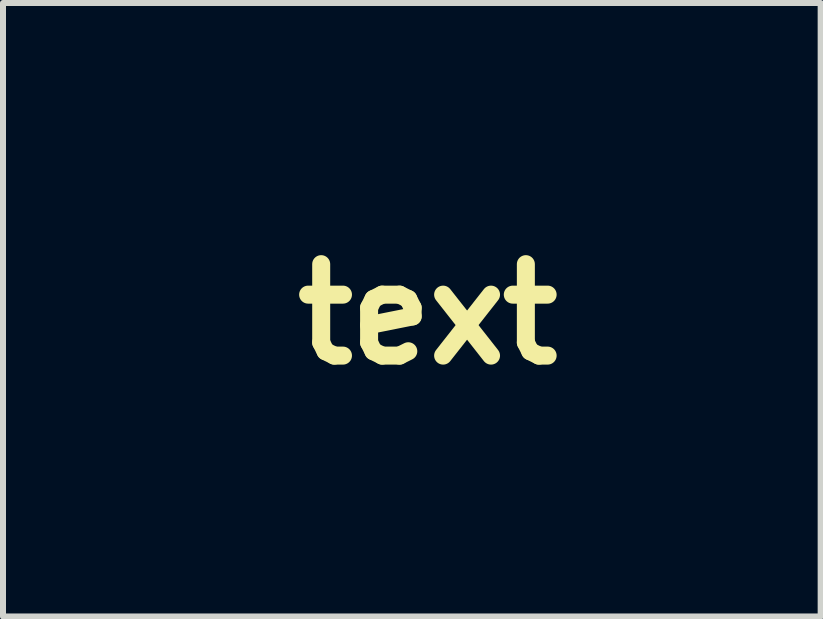
<source format=kicad_pcb>
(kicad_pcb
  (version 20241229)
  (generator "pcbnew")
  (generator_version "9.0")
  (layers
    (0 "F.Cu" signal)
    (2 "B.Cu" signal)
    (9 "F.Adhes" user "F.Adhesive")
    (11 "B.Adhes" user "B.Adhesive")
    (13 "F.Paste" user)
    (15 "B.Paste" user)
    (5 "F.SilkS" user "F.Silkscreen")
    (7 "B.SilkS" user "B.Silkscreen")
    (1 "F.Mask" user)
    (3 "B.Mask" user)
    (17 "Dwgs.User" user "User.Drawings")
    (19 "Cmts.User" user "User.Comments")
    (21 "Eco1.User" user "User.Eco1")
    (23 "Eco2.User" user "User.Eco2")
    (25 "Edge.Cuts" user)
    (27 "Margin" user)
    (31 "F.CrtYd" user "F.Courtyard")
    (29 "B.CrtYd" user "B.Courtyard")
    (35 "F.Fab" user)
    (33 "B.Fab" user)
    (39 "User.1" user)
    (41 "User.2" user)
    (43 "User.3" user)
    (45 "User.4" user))
  (footprint "text"
    (layer "F.Cu")
    (at 4.081 2.187)
    (property "Reference" "text" (at 0 0 0) (layer "F.SilkS") (effects (font (size 1.524 1.524) (thickness 0.3))))
    (attr board_only exclude_from_pos_files exclude_from_bom)
    (fp_poly (pts (xy -2.64 -1.282) (xy -2.647 -1.275) (xy -2.653 -1.282) (xy -2.647 -1.288)) (stroke (width 0) (type solid)) (fill yes) (layer "F.Mask"))
    (fp_poly (pts (xy -2.486 -1.346) (xy -2.492 -1.34) (xy -2.499 -1.346) (xy -2.492 -1.352)) (stroke (width 0) (type solid)) (fill yes) (layer "F.Mask"))
    (fp_poly (pts (xy -2.267 -1.243) (xy -2.273 -1.237) (xy -2.28 -1.243) (xy -2.273 -1.249)) (stroke (width 0) (type solid)) (fill yes) (layer "F.Mask"))
    (fp_poly (pts (xy -2.164 -1.359) (xy -2.17 -1.352) (xy -2.177 -1.359) (xy -2.17 -1.365)) (stroke (width 0) (type solid)) (fill yes) (layer "F.Mask"))
    (fp_poly (pts (xy -1.984 -0.2) (xy -1.99 -0.193) (xy -1.996 -0.2) (xy -1.99 -0.206)) (stroke (width 0) (type solid)) (fill yes) (layer "F.Mask"))
    (fp_poly (pts (xy -1.842 -0.058) (xy -1.848 -0.052) (xy -1.855 -0.058) (xy -1.848 -0.064)) (stroke (width 0) (type solid)) (fill yes) (layer "F.Mask"))
    (fp_poly (pts (xy -1.34 -0.869) (xy -1.346 -0.863) (xy -1.352 -0.869) (xy -1.346 -0.876)) (stroke (width 0) (type solid)) (fill yes) (layer "F.Mask"))
    (fp_poly (pts (xy -0.811 -0.934) (xy -0.818 -0.927) (xy -0.824 -0.934) (xy -0.818 -0.94)) (stroke (width 0) (type solid)) (fill yes) (layer "F.Mask"))
    (fp_poly (pts (xy -0.786 1.282) (xy -0.792 1.288) (xy -0.799 1.282) (xy -0.792 1.275)) (stroke (width 0) (type solid)) (fill yes) (layer "F.Mask"))
    (fp_poly (pts (xy -0.721 1.166) (xy -0.728 1.172) (xy -0.734 1.166) (xy -0.728 1.159)) (stroke (width 0) (type solid)) (fill yes) (layer "F.Mask"))
    (fp_poly (pts (xy -0.631 -0.135) (xy -0.638 -0.129) (xy -0.644 -0.135) (xy -0.638 -0.142)) (stroke (width 0) (type solid)) (fill yes) (layer "F.Mask"))
    (fp_poly (pts (xy -0.618 0.161) (xy -0.625 0.167) (xy -0.631 0.161) (xy -0.625 0.155)) (stroke (width 0) (type solid)) (fill yes) (layer "F.Mask"))
    (fp_poly (pts (xy -0.605 0.122) (xy -0.612 0.129) (xy -0.618 0.122) (xy -0.612 0.116)) (stroke (width 0) (type solid)) (fill yes) (layer "F.Mask"))
    (fp_poly (pts (xy -0.219 0.393) (xy -0.225 0.399) (xy -0.232 0.393) (xy -0.225 0.386)) (stroke (width 0) (type solid)) (fill yes) (layer "F.Mask"))
    (fp_poly (pts (xy -0.09 0.522) (xy -0.097 0.528) (xy -0.103 0.522) (xy -0.097 0.515)) (stroke (width 0) (type solid)) (fill yes) (layer "F.Mask"))
    (fp_poly (pts (xy -0.052 0.238) (xy -0.058 0.245) (xy -0.064 0.238) (xy -0.058 0.232)) (stroke (width 0) (type solid)) (fill yes) (layer "F.Mask"))
    (fp_poly (pts (xy 0.322 -1.346) (xy 0.316 -1.34) (xy 0.309 -1.346) (xy 0.316 -1.352)) (stroke (width 0) (type solid)) (fill yes) (layer "F.Mask"))
    (fp_poly (pts (xy 0.773 1.191) (xy 0.766 1.198) (xy 0.76 1.191) (xy 0.766 1.185)) (stroke (width 0) (type solid)) (fill yes) (layer "F.Mask"))
    (fp_poly (pts (xy 1.133 -0.393) (xy 1.127 -0.386) (xy 1.121 -0.393) (xy 1.127 -0.399)) (stroke (width 0) (type solid)) (fill yes) (layer "F.Mask"))
    (fp_poly (pts (xy 1.146 0.741) (xy 1.14 0.747) (xy 1.133 0.741) (xy 1.14 0.734)) (stroke (width 0) (type solid)) (fill yes) (layer "F.Mask"))
    (fp_poly (pts (xy 1.687 -0.431) (xy 1.681 -0.425) (xy 1.674 -0.431) (xy 1.681 -0.438)) (stroke (width 0) (type solid)) (fill yes) (layer "F.Mask"))
    (fp_poly (pts (xy 2.318 -0.96) (xy 2.312 -0.953) (xy 2.306 -0.96) (xy 2.312 -0.966)) (stroke (width 0) (type solid)) (fill yes) (layer "F.Mask"))
    (fp_poly (pts (xy 3.336 0.47) (xy 3.33 0.477) (xy 3.323 0.47) (xy 3.33 0.464)) (stroke (width 0) (type solid)) (fill yes) (layer "F.Mask"))
    (fp_poly (pts (xy 3.413 0.547) (xy 3.407 0.554) (xy 3.4 0.547) (xy 3.407 0.541)) (stroke (width 0) (type solid)) (fill yes) (layer "F.Mask"))
    (fp_poly (pts (xy -3.675 1.975) (xy -3.674 1.99) (xy -3.675 1.992) (xy -3.683 1.99) (xy -3.684 1.984) (xy -3.679 1.973)) (stroke (width 0) (type solid)) (fill yes) (layer "F.Mask"))
    (fp_poly (pts (xy -3.134 1.447) (xy -3.136 1.455) (xy -3.143 1.455) (xy -3.153 1.451) (xy -3.151 1.447) (xy -3.136 1.445)) (stroke (width 0) (type solid)) (fill yes) (layer "F.Mask"))
    (fp_poly (pts (xy -2.258 0.945) (xy -2.26 0.952) (xy -2.267 0.953) (xy -2.278 0.948) (xy -2.276 0.945) (xy -2.26 0.943)) (stroke (width 0) (type solid)) (fill yes) (layer "F.Mask"))
    (fp_poly (pts (xy -2.001 1.305) (xy -1.999 1.32) (xy -2.001 1.322) (xy -2.008 1.321) (xy -2.009 1.314) (xy -2.005 1.303)) (stroke (width 0) (type solid)) (fill yes) (layer "F.Mask"))
    (fp_poly (pts (xy -0.661 1.086) (xy -0.663 1.094) (xy -0.67 1.095) (xy -0.68 1.09) (xy -0.678 1.086) (xy -0.663 1.085)) (stroke (width 0) (type solid)) (fill yes) (layer "F.Mask"))
    (fp_poly (pts (xy -0.61 0.236) (xy -0.611 0.244) (xy -0.618 0.245) (xy -0.629 0.24) (xy -0.627 0.236) (xy -0.612 0.235)) (stroke (width 0) (type solid)) (fill yes) (layer "F.Mask"))
    (fp_poly (pts (xy -0.532 0.357) (xy -0.531 0.384) (xy -0.532 0.39) (xy -0.537 0.391) (xy -0.539 0.374) (xy -0.537 0.355)) (stroke (width 0) (type solid)) (fill yes) (layer "F.Mask"))
    (fp_poly (pts (xy -0.532 1.228) (xy -0.531 1.243) (xy -0.532 1.245) (xy -0.54 1.243) (xy -0.541 1.237) (xy -0.536 1.226)) (stroke (width 0) (type solid)) (fill yes) (layer "F.Mask"))
    (fp_poly (pts (xy 0.06 -0.137) (xy 0.062 -0.122) (xy 0.06 -0.12) (xy 0.052 -0.122) (xy 0.052 -0.129) (xy 0.056 -0.139)) (stroke (width 0) (type solid)) (fill yes) (layer "F.Mask"))
    (fp_poly (pts (xy 0.859 0.275) (xy 0.857 0.282) (xy 0.85 0.283) (xy 0.839 0.279) (xy 0.842 0.275) (xy 0.857 0.273)) (stroke (width 0) (type solid)) (fill yes) (layer "F.Mask"))
    (fp_poly (pts (xy 1.026 0.854) (xy 1.024 0.862) (xy 1.018 0.863) (xy 1.007 0.858) (xy 1.009 0.854) (xy 1.024 0.853)) (stroke (width 0) (type solid)) (fill yes) (layer "F.Mask"))
    (fp_poly (pts (xy 1.206 -2.185) (xy 1.205 -2.178) (xy 1.198 -2.177) (xy 1.187 -2.181) (xy 1.189 -2.185) (xy 1.205 -2.187)) (stroke (width 0) (type solid)) (fill yes) (layer "F.Mask"))
    (fp_poly (pts (xy 1.747 -1.309) (xy 1.749 -1.294) (xy 1.747 -1.292) (xy 1.74 -1.294) (xy 1.739 -1.301) (xy 1.744 -1.312)) (stroke (width 0) (type solid)) (fill yes) (layer "F.Mask"))
    (fp_poly (pts (xy 2.83 -1.721) (xy 2.826 -1.715) (xy 2.813 -1.714) (xy 2.8 -1.717) (xy 2.805 -1.722) (xy 2.826 -1.723)) (stroke (width 0) (type solid)) (fill yes) (layer "F.Mask"))
    (fp_poly (pts (xy -3.557 -0.446) (xy -3.543 -0.433) (xy -3.546 -0.425) (xy -3.548 -0.425) (xy -3.559 -0.434) (xy -3.563 -0.44) (xy -3.564 -0.449)) (stroke (width 0) (type solid)) (fill yes) (layer "F.Mask"))
    (fp_poly (pts (xy -2.592 -0.994) (xy -2.589 -0.985) (xy -2.597 -0.968) (xy -2.613 -0.97) (xy -2.62 -0.978) (xy -2.617 -0.991) (xy -2.608 -0.996)) (stroke (width 0) (type solid)) (fill yes) (layer "F.Mask"))
    (fp_poly (pts (xy -1.779 1.535) (xy -1.78 1.547) (xy -1.787 1.557) (xy -1.796 1.547) (xy -1.8 1.528) (xy -1.798 1.523) (xy -1.785 1.521)) (stroke (width 0) (type solid)) (fill yes) (layer "F.Mask"))
    (fp_poly (pts (xy -1.714 0.209) (xy -1.716 0.221) (xy -1.723 0.23) (xy -1.731 0.221) (xy -1.736 0.202) (xy -1.734 0.197) (xy -1.721 0.195)) (stroke (width 0) (type solid)) (fill yes) (layer "F.Mask"))
    (fp_poly (pts (xy -0.994 0.19) (xy -0.992 0.199) (xy -0.996 0.217) (xy -1.007 0.212) (xy -1.011 0.207) (xy -1.009 0.19) (xy -1.005 0.187)) (stroke (width 0) (type solid)) (fill yes) (layer "F.Mask"))
    (fp_poly (pts (xy -0.579 -0.406) (xy -0.572 -0.39) (xy -0.574 -0.386) (xy -0.586 -0.374) (xy -0.592 -0.387) (xy -0.592 -0.394) (xy -0.586 -0.407)) (stroke (width 0) (type solid)) (fill yes) (layer "F.Mask"))
    (fp_poly (pts (xy 2.689 -0.779) (xy 2.702 -0.762) (xy 2.696 -0.749) (xy 2.687 -0.747) (xy 2.669 -0.757) (xy 2.666 -0.767) (xy 2.674 -0.782)) (stroke (width 0) (type solid)) (fill yes) (layer "F.Mask"))
    (fp_poly (pts (xy -2.95 0.122) (xy -2.937 0.134) (xy -2.937 0.136) (xy -2.947 0.142) (xy -2.95 0.142) (xy -2.962 0.132) (xy -2.962 0.128) (xy -2.955 0.12)) (stroke (width 0) (type solid)) (fill yes) (layer "F.Mask"))
    (fp_poly (pts (xy -2.529 -1.094) (xy -2.528 -1.091) (xy -2.527 -1.063) (xy -2.529 -1.053) (xy -2.533 -1.052) (xy -2.535 -1.072) (xy -2.535 -1.076) (xy -2.533 -1.095)) (stroke (width 0) (type solid)) (fill yes) (layer "F.Mask"))
    (fp_poly (pts (xy -2.282 -0.612) (xy -2.282 -0.605) (xy -2.299 -0.585) (xy -2.305 -0.582) (xy -2.317 -0.586) (xy -2.316 -0.593) (xy -2.3 -0.613) (xy -2.294 -0.616)) (stroke (width 0) (type solid)) (fill yes) (layer "F.Mask"))
    (fp_poly (pts (xy -1.005 0.522) (xy -0.992 0.533) (xy -0.992 0.535) (xy -1.002 0.541) (xy -1.005 0.541) (xy -1.017 0.531) (xy -1.018 0.527) (xy -1.01 0.52)) (stroke (width 0) (type solid)) (fill yes) (layer "F.Mask"))
    (fp_poly (pts (xy -0.635 0.33) (xy -0.638 0.335) (xy -0.65 0.347) (xy -0.652 0.348) (xy -0.653 0.339) (xy -0.65 0.335) (xy -0.638 0.323) (xy -0.636 0.322)) (stroke (width 0) (type solid)) (fill yes) (layer "F.Mask"))
    (fp_poly (pts (xy -0.59 -0.66) (xy -0.58 -0.643) (xy -0.582 -0.638) (xy -0.595 -0.638) (xy -0.597 -0.64) (xy -0.605 -0.66) (xy -0.605 -0.662) (xy -0.599 -0.666)) (stroke (width 0) (type solid)) (fill yes) (layer "F.Mask"))
    (fp_poly (pts (xy -0.507 0.523) (xy -0.509 0.528) (xy -0.52 0.54) (xy -0.522 0.541) (xy -0.528 0.531) (xy -0.528 0.528) (xy -0.518 0.516) (xy -0.514 0.515)) (stroke (width 0) (type solid)) (fill yes) (layer "F.Mask"))
    (fp_poly (pts (xy 0.125 0.601) (xy 0.122 0.605) (xy 0.11 0.618) (xy 0.108 0.618) (xy 0.107 0.61) (xy 0.109 0.605) (xy 0.122 0.593) (xy 0.124 0.592)) (stroke (width 0) (type solid)) (fill yes) (layer "F.Mask"))
    (fp_poly (pts (xy 0.862 0.821) (xy 0.863 0.824) (xy 0.859 0.837) (xy 0.857 0.837) (xy 0.846 0.828) (xy 0.844 0.824) (xy 0.845 0.812) (xy 0.849 0.811)) (stroke (width 0) (type solid)) (fill yes) (layer "F.Mask"))
    (fp_poly (pts (xy 3.361 -0.338) (xy 3.362 -0.335) (xy 3.352 -0.322) (xy 3.349 -0.322) (xy 3.336 -0.332) (xy 3.336 -0.335) (xy 3.346 -0.347) (xy 3.349 -0.348)) (stroke (width 0) (type solid)) (fill yes) (layer "F.Mask"))
    (fp_poly (pts (xy -0.562 -0.495) (xy -0.564 -0.482) (xy -0.574 -0.46) (xy -0.59 -0.451) (xy -0.603 -0.457) (xy -0.605 -0.47) (xy -0.595 -0.491) (xy -0.582 -0.501) (xy -0.565 -0.507)) (stroke (width 0) (type solid)) (fill yes) (layer "F.Mask"))
    (fp_poly (pts (xy -0.626 0.525) (xy -0.61 0.548) (xy -0.605 0.563) (xy -0.615 0.577) (xy -0.635 0.578) (xy -0.648 0.571) (xy -0.656 0.553) (xy -0.656 0.53) (xy -0.649 0.516) (xy -0.647 0.515)) (stroke (width 0) (type solid)) (fill yes) (layer "F.Mask"))
    (fp_poly (pts (xy -2.618 -1.14) (xy -2.611 -1.128) (xy -2.619 -1.117) (xy -2.641 -1.113) (xy -2.663 -1.117) (xy -2.678 -1.131) (xy -2.679 -1.136) (xy -2.672 -1.141) (xy -2.66 -1.133) (xy -2.644 -1.124) (xy -2.64 -1.133) (xy -2.633 -1.144)) (stroke (width 0) (type solid)) (fill yes) (layer "F.Mask"))
    (fp_poly (pts (xy -0.702 -0.999) (xy -0.669 -0.98) (xy -0.646 -0.945) (xy -0.64 -0.906) (xy -0.645 -0.885) (xy -0.653 -0.844) (xy -0.647 -0.789) (xy -0.642 -0.749) (xy -0.642 -0.721) (xy -0.645 -0.712) (xy -0.648 -0.696) (xy -0.648 -0.66) (xy -0.646 -0.609) (xy -0.642 -0.562) (xy -0.636 -0.494) (xy -0.634 -0.447) (xy -0.637 -0.415) (xy -0.644 -0.394) (xy -0.644 -0.392) (xy -0.654 -0.362) (xy -0.652 -0.341) (xy -0.649 -0.316) (xy -0.652 -0.307) (xy -0.656 -0.287) (xy -0.661 -0.247) (xy -0.665 -0.191) (xy -0.668 -0.124) (xy -0.671 -0.05) (xy -0.673 0.025) (xy -0.674 0.098) (xy -0.674 0.163) (xy -0.673 0.216) (xy -0.67 0.252) (xy -0.667 0.266) (xy -0.662 0.291) (xy -0.667 0.305) (xy -0.672 0.328) (xy -0.677 0.369) (xy -0.68 0.422) (xy -0.681 0.445) (xy -0.682 0.496) (xy -0.68 0.536) (xy -0.674 0.565) (xy -0.658 0.585) (xy -0.632 0.599) (xy -0.591 0.607) (xy -0.532 0.611) (xy -0.454 0.613) (xy -0.37 0.614) (xy -0.286 0.615) (xy -0.206 0.617) (xy -0.136 0.619) (xy -0.081 0.621) (xy -0.047 0.624) (xy -0.045 0.624) (xy -0.000218 0.628) (xy 0.059 0.633) (xy 0.119 0.638) (xy 0.127 0.639) (xy 0.186 0.645) (xy 0.225 0.653) (xy 0.252 0.665) (xy 0.263 0.675) (xy 0.282 0.697) (xy 0.284 0.721) (xy 0.269 0.752) (xy 0.254 0.773) (xy 0.246 0.784) (xy 0.235 0.793) (xy 0.22 0.799) (xy 0.195 0.803) (xy 0.158 0.805) (xy 0.104 0.807) (xy 0.029 0.809) (xy -0.01 0.81) (xy -0.091 0.812) (xy -0.166 0.813) (xy -0.232 0.814) (xy -0.282 0.814) (xy -0.309 0.815) (xy -0.346 0.817) (xy -0.371 0.824) (xy -0.376 0.828) (xy -0.391 0.835) (xy -0.417 0.825) (xy -0.453 0.815) (xy -0.505 0.813) (xy -0.563 0.818) (xy -0.619 0.829) (xy -0.657 0.842) (xy -0.687 0.856) (xy -0.714 0.871) (xy -0.747 0.891) (xy -0.786 0.916) (xy -0.811 0.93) (xy -0.833 0.929) (xy -0.857 0.918) (xy -0.894 0.894) (xy -0.923 0.867) (xy -0.93 0.858) (xy -0.936 0.848) (xy -0.941 0.835) (xy -0.944 0.814) (xy -0.946 0.784) (xy -0.947 0.742) (xy -0.948 0.686) (xy -0.947 0.612) (xy -0.946 0.518) (xy -0.945 0.4) (xy -0.945 0.396) (xy -0.944 0.288) (xy -0.943 0.187) (xy -0.944 0.095) (xy -0.945 0.016) (xy -0.947 -0.047) (xy -0.949 -0.09) (xy -0.951 -0.106) (xy -0.953 -0.165) (xy -0.935 -0.211) (xy -0.911 -0.233) (xy -0.905 -0.251) (xy -0.907 -0.268) (xy -0.906 -0.302) (xy -0.893 -0.33) (xy -0.877 -0.368) (xy -0.874 -0.403) (xy -0.872 -0.434) (xy -0.862 -0.452) (xy -0.852 -0.471) (xy -0.845 -0.514) (xy -0.841 -0.568) (xy -0.838 -0.619) (xy -0.832 -0.661) (xy -0.825 -0.687) (xy -0.823 -0.69) (xy -0.816 -0.715) (xy -0.817 -0.758) (xy -0.818 -0.766) (xy -0.822 -0.806) (xy -0.816 -0.823) (xy -0.813 -0.824) (xy -0.801 -0.835) (xy -0.799 -0.85) (xy -0.804 -0.868) (xy -0.82 -0.867) (xy -0.834 -0.863) (xy -0.833 -0.871) (xy -0.82 -0.889) (xy -0.804 -0.92) (xy -0.799 -0.943) (xy -0.787 -0.969) (xy -0.759 -0.99) (xy -0.725 -1.001)) (stroke (width 0) (type solid)) (fill yes) (layer "F.Mask"))
    (fp_poly (pts (xy 2.901 -1.638) (xy 2.906 -1.629) (xy 2.917 -1.616) (xy 2.923 -1.616) (xy 2.932 -1.608) (xy 2.947 -1.582) (xy 2.965 -1.544) (xy 2.983 -1.501) (xy 2.999 -1.459) (xy 3.01 -1.425) (xy 3.014 -1.405) (xy 3.019 -1.381) (xy 3.025 -1.373) (xy 3.037 -1.356) (xy 3.046 -1.33) (xy 3.057 -1.301) (xy 3.07 -1.285) (xy 3.077 -1.273) (xy 3.067 -1.264) (xy 3.058 -1.253) (xy 3.055 -1.234) (xy 3.058 -1.2) (xy 3.064 -1.154) (xy 3.073 -1.102) (xy 3.084 -1.058) (xy 3.095 -1.029) (xy 3.096 -1.027) (xy 3.109 -0.998) (xy 3.123 -0.955) (xy 3.129 -0.93) (xy 3.143 -0.876) (xy 3.164 -0.818) (xy 3.173 -0.794) (xy 3.209 -0.708) (xy 3.229 -0.64) (xy 3.233 -0.602) (xy 3.237 -0.574) (xy 3.246 -0.56) (xy 3.264 -0.538) (xy 3.281 -0.498) (xy 3.295 -0.447) (xy 3.304 -0.392) (xy 3.304 -0.391) (xy 3.314 -0.337) (xy 3.332 -0.278) (xy 3.342 -0.254) (xy 3.369 -0.19) (xy 3.388 -0.135) (xy 3.398 -0.093) (xy 3.399 -0.075) (xy 3.399 -0.055) (xy 3.4 -0.017) (xy 3.404 0.035) (xy 3.406 0.069) (xy 3.414 0.14) (xy 3.423 0.188) (xy 3.435 0.215) (xy 3.437 0.218) (xy 3.457 0.24) (xy 3.485 0.273) (xy 3.504 0.297) (xy 3.531 0.333) (xy 3.544 0.362) (xy 3.546 0.393) (xy 3.545 0.409) (xy 3.537 0.448) (xy 3.522 0.471) (xy 3.503 0.483) (xy 3.474 0.497) (xy 3.449 0.503) (xy 3.424 0.498) (xy 3.396 0.482) (xy 3.358 0.453) (xy 3.308 0.408) (xy 3.291 0.392) (xy 3.268 0.358) (xy 3.25 0.308) (xy 3.246 0.293) (xy 3.227 0.231) (xy 3.196 0.173) (xy 3.191 0.165) (xy 3.145 0.103) (xy 3.113 0.054) (xy 3.088 0.015) (xy 3.069 -0.022) (xy 3.062 -0.039) (xy 3.045 -0.072) (xy 3.034 -0.081) (xy 3.03 -0.074) (xy 3.017 -0.055) (xy 3.007 -0.052) (xy 2.991 -0.06) (xy 2.99 -0.079) (xy 3.003 -0.093) (xy 3.004 -0.093) (xy 3.012 -0.103) (xy 3.007 -0.124) (xy 2.988 -0.159) (xy 2.963 -0.2) (xy 2.933 -0.25) (xy 2.912 -0.296) (xy 2.905 -0.321) (xy 2.893 -0.343) (xy 2.881 -0.354) (xy 2.863 -0.377) (xy 2.859 -0.391) (xy 2.849 -0.412) (xy 2.828 -0.432) (xy 2.802 -0.454) (xy 2.789 -0.473) (xy 2.791 -0.486) (xy 2.808 -0.486) (xy 2.834 -0.485) (xy 2.84 -0.499) (xy 2.825 -0.522) (xy 2.823 -0.524) (xy 2.806 -0.549) (xy 2.787 -0.589) (xy 2.776 -0.621) (xy 2.76 -0.665) (xy 2.746 -0.69) (xy 2.736 -0.695) (xy 2.731 -0.676) (xy 2.731 -0.669) (xy 2.726 -0.651) (xy 2.718 -0.65) (xy 2.706 -0.668) (xy 2.707 -0.691) (xy 2.718 -0.707) (xy 2.724 -0.708) (xy 2.741 -0.717) (xy 2.742 -0.722) (xy 2.9 -0.722) (xy 2.904 -0.697) (xy 2.913 -0.686) (xy 2.933 -0.676) (xy 2.947 -0.689) (xy 2.95 -0.707) (xy 2.943 -0.735) (xy 2.924 -0.741) (xy 2.916 -0.738) (xy 2.9 -0.722) (xy 2.742 -0.722) (xy 2.744 -0.725) (xy 2.738 -0.753) (xy 2.723 -0.783) (xy 2.707 -0.806) (xy 2.696 -0.811) (xy 2.673 -0.821) (xy 2.653 -0.842) (xy 2.645 -0.866) (xy 2.646 -0.871) (xy 2.642 -0.886) (xy 2.627 -0.889) (xy 2.607 -0.881) (xy 2.602 -0.87) (xy 2.594 -0.851) (xy 2.575 -0.819) (xy 2.557 -0.793) (xy 2.532 -0.757) (xy 2.516 -0.725) (xy 2.512 -0.711) (xy 2.504 -0.686) (xy 2.486 -0.653) (xy 2.481 -0.645) (xy 2.454 -0.601) (xy 2.425 -0.539) (xy 2.398 -0.468) (xy 2.391 -0.447) (xy 2.374 -0.427) (xy 2.344 -0.41) (xy 2.318 -0.398) (xy 2.306 -0.385) (xy 2.306 -0.384) (xy 2.295 -0.372) (xy 2.268 -0.357) (xy 2.257 -0.352) (xy 2.211 -0.341) (xy 2.147 -0.338) (xy 2.072 -0.343) (xy 2.002 -0.353) (xy 1.976 -0.357) (xy 1.935 -0.362) (xy 1.9 -0.367) (xy 1.854 -0.374) (xy 1.816 -0.383) (xy 1.798 -0.389) (xy 1.778 -0.404) (xy 1.747 -0.432) (xy 1.711 -0.467) (xy 1.674 -0.504) (xy 1.642 -0.538) (xy 1.619 -0.566) (xy 1.61 -0.581) (xy 1.61 -0.581) (xy 1.6 -0.595) (xy 1.578 -0.607) (xy 1.548 -0.615) (xy 1.52 -0.604) (xy 1.515 -0.601) (xy 1.5 -0.589) (xy 1.488 -0.572) (xy 1.477 -0.545) (xy 1.465 -0.504) (xy 1.451 -0.444) (xy 1.442 -0.402) (xy 1.432 -0.361) (xy 1.419 -0.327) (xy 1.416 -0.321) (xy 1.405 -0.288) (xy 1.401 -0.257) (xy 1.395 -0.228) (xy 1.383 -0.214) (xy 1.368 -0.197) (xy 1.365 -0.183) (xy 1.359 -0.157) (xy 1.353 -0.147) (xy 1.345 -0.128) (xy 1.337 -0.093) (xy 1.334 -0.071) (xy 1.321 0.034) (xy 1.304 0.125) (xy 1.285 0.199) (xy 1.264 0.253) (xy 1.248 0.277) (xy 1.208 0.338) (xy 1.177 0.413) (xy 1.163 0.483) (xy 1.157 0.529) (xy 1.146 0.589) (xy 1.133 0.652) (xy 1.128 0.673) (xy 1.098 0.792) (xy 1.042 0.814) (xy 0.998 0.83) (xy 0.97 0.834) (xy 0.95 0.827) (xy 0.929 0.806) (xy 0.923 0.798) (xy 0.898 0.759) (xy 0.882 0.716) (xy 0.878 0.677) (xy 0.886 0.653) (xy 0.898 0.63) (xy 0.904 0.601) (xy 0.903 0.576) (xy 0.895 0.563) (xy 0.892 0.564) (xy 0.877 0.559) (xy 0.876 0.554) (xy 0.886 0.541) (xy 0.889 0.541) (xy 0.898 0.53) (xy 0.902 0.507) (xy 0.908 0.476) (xy 0.921 0.459) (xy 0.934 0.437) (xy 0.942 0.403) (xy 0.943 0.399) (xy 0.948 0.366) (xy 0.958 0.345) (xy 0.959 0.344) (xy 0.964 0.331) (xy 0.956 0.326) (xy 0.943 0.31) (xy 0.94 0.294) (xy 0.943 0.276) (xy 0.956 0.28) (xy 0.96 0.283) (xy 0.972 0.292) (xy 0.978 0.29) (xy 0.98 0.272) (xy 0.98 0.234) (xy 0.979 0.219) (xy 0.983 0.17) (xy 0.992 0.116) (xy 0.998 0.097) (xy 1.009 0.052) (xy 1.016 0.012) (xy 1.017 -0.002) (xy 1.024 -0.035) (xy 1.035 -0.054) (xy 1.046 -0.076) (xy 1.056 -0.114) (xy 1.061 -0.142) (xy 1.072 -0.196) (xy 1.088 -0.25) (xy 1.097 -0.27) (xy 1.112 -0.304) (xy 1.124 -0.332) (xy 1.136 -0.363) (xy 1.152 -0.406) (xy 1.158 -0.425) (xy 1.186 -0.513) (xy 1.205 -0.596) (xy 1.211 -0.631) (xy 1.22 -0.686) (xy 1.231 -0.743) (xy 1.236 -0.765) (xy 1.243 -0.811) (xy 1.24 -0.839) (xy 1.237 -0.843) (xy 1.233 -0.86) (xy 1.251 -0.878) (xy 1.255 -0.881) (xy 1.282 -0.897) (xy 1.297 -0.905) (xy 1.311 -0.919) (xy 1.328 -0.949) (xy 1.344 -0.986) (xy 1.355 -1.021) (xy 1.356 -1.027) (xy 1.376 -1.095) (xy 1.408 -1.162) (xy 1.447 -1.222) (xy 1.49 -1.27) (xy 1.534 -1.299) (xy 1.541 -1.302) (xy 1.588 -1.308) (xy 1.639 -1.301) (xy 1.683 -1.283) (xy 1.702 -1.267) (xy 1.726 -1.251) (xy 1.737 -1.249) (xy 1.755 -1.239) (xy 1.781 -1.213) (xy 1.803 -1.183) (xy 1.841 -1.13) (xy 1.868 -1.094) (xy 1.886 -1.073) (xy 1.899 -1.064) (xy 1.909 -1.063) (xy 1.913 -1.065) (xy 1.929 -1.063) (xy 1.932 -1.057) (xy 1.924 -1.048) (xy 1.919 -1.05) (xy 1.907 -1.053) (xy 1.906 -1.052) (xy 1.912 -1.039) (xy 1.929 -1.01) (xy 1.953 -0.969) (xy 1.981 -0.922) (xy 2.01 -0.873) (xy 2.038 -0.828) (xy 2.06 -0.791) (xy 2.074 -0.769) (xy 2.077 -0.765) (xy 2.094 -0.756) (xy 2.119 -0.749) (xy 2.143 -0.744) (xy 2.157 -0.745) (xy 2.157 -0.748) (xy 2.159 -0.758) (xy 2.177 -0.76) (xy 2.18 -0.759) (xy 2.19 -0.767) (xy 2.214 -0.788) (xy 2.246 -0.819) (xy 2.25 -0.823) (xy 2.286 -0.855) (xy 2.315 -0.879) (xy 2.333 -0.889) (xy 2.334 -0.889) (xy 2.348 -0.9) (xy 2.368 -0.927) (xy 2.383 -0.956) (xy 2.406 -0.996) (xy 2.44 -1.041) (xy 2.479 -1.086) (xy 2.519 -1.125) (xy 2.555 -1.156) (xy 2.583 -1.171) (xy 2.589 -1.172) (xy 2.611 -1.184) (xy 2.635 -1.219) (xy 2.64 -1.229) (xy 2.66 -1.264) (xy 2.679 -1.288) (xy 2.686 -1.293) (xy 2.7 -1.31) (xy 2.705 -1.333) (xy 2.71 -1.357) (xy 2.72 -1.365) (xy 2.741 -1.376) (xy 2.759 -1.402) (xy 2.769 -1.431) (xy 2.769 -1.434) (xy 2.775 -1.461) (xy 2.789 -1.495) (xy 2.79 -1.496) (xy 2.8 -1.52) (xy 2.798 -1.528) (xy 2.796 -1.527) (xy 2.784 -1.529) (xy 2.782 -1.54) (xy 2.79 -1.555) (xy 2.802 -1.553) (xy 2.824 -1.556) (xy 2.848 -1.57) (xy 2.86 -1.588) (xy 2.86 -1.59) (xy 2.861 -1.629) (xy 2.87 -1.647) (xy 2.879 -1.649)) (stroke (width 0) (type solid)) (fill yes) (layer "F.Mask"))
    (fp_poly (pts (xy -2.859 -1.506) (xy -2.82 -1.495) (xy -2.792 -1.48) (xy -2.786 -1.474) (xy -2.77 -1.442) (xy -2.756 -1.396) (xy -2.745 -1.344) (xy -2.738 -1.293) (xy -2.736 -1.248) (xy -2.74 -1.218) (xy -2.745 -1.211) (xy -2.755 -1.195) (xy -2.762 -1.175) (xy -2.765 -1.153) (xy -2.751 -1.146) (xy -2.737 -1.138) (xy -2.738 -1.129) (xy -2.737 -1.111) (xy -2.728 -1.079) (xy -2.715 -1.044) (xy -2.701 -1.012) (xy -2.69 -0.994) (xy -2.686 -0.992) (xy -2.685 -1.002) (xy -2.688 -1.014) (xy -2.691 -1.029) (xy -2.687 -1.029) (xy -2.678 -1.011) (xy -2.673 -0.993) (xy -2.654 -0.955) (xy -2.618 -0.923) (xy -2.573 -0.904) (xy -2.551 -0.902) (xy -2.53 -0.896) (xy -2.525 -0.889) (xy -2.513 -0.881) (xy -2.485 -0.876) (xy -2.473 -0.876) (xy -2.436 -0.872) (xy -2.422 -0.86) (xy -2.422 -0.858) (xy -2.412 -0.836) (xy -2.402 -0.824) (xy -2.386 -0.799) (xy -2.383 -0.782) (xy -2.378 -0.747) (xy -2.365 -0.697) (xy -2.347 -0.641) (xy -2.326 -0.583) (xy -2.304 -0.532) (xy -2.284 -0.493) (xy -2.269 -0.473) (xy -2.255 -0.464) (xy -2.258 -0.472) (xy -2.259 -0.473) (xy -2.263 -0.488) (xy -2.252 -0.486) (xy -2.234 -0.471) (xy -2.222 -0.456) (xy -2.231 -0.449) (xy -2.235 -0.449) (xy -2.243 -0.437) (xy -2.236 -0.414) (xy -2.217 -0.386) (xy -2.189 -0.357) (xy -2.157 -0.333) (xy -2.129 -0.311) (xy -2.113 -0.29) (xy -2.112 -0.285) (xy -2.101 -0.261) (xy -2.068 -0.229) (xy -2.016 -0.193) (xy -1.985 -0.174) (xy -1.956 -0.153) (xy -1.939 -0.133) (xy -1.938 -0.129) (xy -1.932 -0.108) (xy -1.918 -0.074) (xy -1.9 -0.032) (xy -1.881 0.012) (xy -1.863 0.051) (xy -1.848 0.078) (xy -1.841 0.089) (xy -1.841 0.089) (xy -1.825 0.092) (xy -1.803 0.107) (xy -1.784 0.127) (xy -1.777 0.14) (xy -1.781 0.151) (xy -1.796 0.142) (xy -1.797 0.142) (xy -1.812 0.132) (xy -1.814 0.139) (xy -1.801 0.164) (xy -1.774 0.208) (xy -1.747 0.25) (xy -1.702 0.323) (xy -1.678 0.382) (xy -1.672 0.429) (xy -1.684 0.465) (xy -1.691 0.473) (xy -1.705 0.494) (xy -1.701 0.513) (xy -1.694 0.523) (xy -1.682 0.553) (xy -1.683 0.575) (xy -1.681 0.595) (xy -1.666 0.622) (xy -1.635 0.661) (xy -1.614 0.684) (xy -1.556 0.754) (xy -1.517 0.817) (xy -1.494 0.88) (xy -1.486 0.92) (xy -1.483 0.956) (xy -1.49 0.977) (xy -1.509 0.994) (xy -1.509 0.994) (xy -1.553 1.016) (xy -1.603 1.034) (xy -1.65 1.045) (xy -1.688 1.047) (xy -1.701 1.043) (xy -1.726 1.035) (xy -1.739 1.037) (xy -1.743 1.052) (xy -1.732 1.074) (xy -1.712 1.097) (xy -1.689 1.111) (xy -1.687 1.112) (xy -1.665 1.125) (xy -1.665 1.143) (xy -1.682 1.155) (xy -1.706 1.151) (xy -1.733 1.126) (xy -1.753 1.103) (xy -1.762 1.098) (xy -1.76 1.114) (xy -1.748 1.152) (xy -1.745 1.159) (xy -1.73 1.221) (xy -1.726 1.28) (xy -1.734 1.33) (xy -1.752 1.366) (xy -1.776 1.382) (xy -1.829 1.383) (xy -1.885 1.361) (xy -1.942 1.319) (xy -1.995 1.259) (xy -2.006 1.244) (xy -2.032 1.208) (xy -2.056 1.178) (xy -2.063 1.17) (xy -2.081 1.143) (xy -2.097 1.105) (xy -2.099 1.097) (xy -2.113 1.06) (xy -2.129 1.033) (xy -2.133 1.03) (xy -2.15 1.009) (xy -2.172 0.974) (xy -2.184 0.954) (xy -2.211 0.909) (xy -2.247 0.862) (xy -2.265 0.841) (xy -2.293 0.812) (xy -2.316 0.797) (xy -2.341 0.791) (xy -2.379 0.791) (xy -2.398 0.793) (xy -2.455 0.797) (xy -2.521 0.804) (xy -2.576 0.811) (xy -2.639 0.817) (xy -2.713 0.822) (xy -2.78 0.824) (xy -2.833 0.825) (xy -2.868 0.828) (xy -2.892 0.835) (xy -2.911 0.849) (xy -2.925 0.862) (xy -2.949 0.891) (xy -2.962 0.918) (xy -2.962 0.923) (xy -2.968 0.948) (xy -2.983 0.984) (xy -2.994 1.006) (xy -3.017 1.064) (xy -3.027 1.13) (xy -3.028 1.148) (xy -3.03 1.184) (xy -3.034 1.214) (xy -3.045 1.243) (xy -3.063 1.277) (xy -3.091 1.323) (xy -3.115 1.359) (xy -3.155 1.417) (xy -3.198 1.473) (xy -3.241 1.525) (xy -3.281 1.567) (xy -3.313 1.597) (xy -3.335 1.61) (xy -3.337 1.61) (xy -3.35 1.62) (xy -3.368 1.645) (xy -3.37 1.649) (xy -3.393 1.676) (xy -3.413 1.681) (xy -3.438 1.682) (xy -3.469 1.694) (xy -3.47 1.694) (xy -3.512 1.71) (xy -3.545 1.711) (xy -3.561 1.7) (xy -3.577 1.696) (xy -3.606 1.707) (xy -3.641 1.733) (xy -3.68 1.768) (xy -3.717 1.81) (xy -3.745 1.848) (xy -3.765 1.878) (xy -3.774 1.894) (xy -3.774 1.895) (xy -3.782 1.91) (xy -3.804 1.934) (xy -3.812 1.943) (xy -3.834 1.968) (xy -3.843 1.986) (xy -3.841 1.99) (xy -3.841 1.995) (xy -3.847 1.992) (xy -3.871 1.989) (xy -3.886 1.995) (xy -3.951 2.024) (xy -4 2.038) (xy -4.032 2.035) (xy -4.039 2.03) (xy -4.05 2.01) (xy -4.064 1.975) (xy -4.07 1.96) (xy -4.08 1.925) (xy -4.081 1.906) (xy -4.071 1.895) (xy -4.066 1.891) (xy -4.05 1.871) (xy -4.05 1.856) (xy -4.045 1.831) (xy -4.018 1.796) (xy -4.012 1.79) (xy -3.982 1.755) (xy -3.969 1.722) (xy -3.967 1.701) (xy -3.961 1.658) (xy -3.948 1.618) (xy -3.934 1.579) (xy -3.928 1.545) (xy -3.925 1.516) (xy -3.916 1.501) (xy -3.91 1.485) (xy -3.906 1.451) (xy -3.904 1.411) (xy -3.903 1.364) (xy -3.897 1.323) (xy -3.891 1.303) (xy -3.882 1.273) (xy -3.877 1.233) (xy -3.877 1.223) (xy -3.883 1.178) (xy -3.904 1.14) (xy -3.916 1.125) (xy -3.938 1.095) (xy -3.95 1.066) (xy -3.954 1.027) (xy -3.954 1.006) (xy -3.951 0.958) (xy -3.942 0.912) (xy -3.93 0.873) (xy -3.916 0.849) (xy -3.903 0.844) (xy -3.902 0.844) (xy -3.891 0.862) (xy -3.89 0.87) (xy -3.879 0.884) (xy -3.854 0.886) (xy -3.818 0.882) (xy -3.806 0.873) (xy -3.817 0.859) (xy -3.819 0.858) (xy -3.832 0.835) (xy -3.833 0.798) (xy -3.823 0.758) (xy -3.805 0.725) (xy -3.793 0.712) (xy -3.788 0.718) (xy -3.785 0.746) (xy -3.785 0.747) (xy -3.784 0.782) (xy -3.783 0.807) (xy -3.783 0.808) (xy -3.778 0.823) (xy -3.766 0.82) (xy -3.756 0.802) (xy -3.755 0.783) (xy -3.753 0.742) (xy -3.752 0.684) (xy -3.751 0.612) (xy -3.751 0.531) (xy -3.751 0.502) (xy -3.751 0.41) (xy -3.75 0.339) (xy -3.749 0.285) (xy -3.746 0.248) (xy -3.038 0.248) (xy -3.03 0.266) (xy -3.016 0.281) (xy -2.996 0.305) (xy -2.988 0.322) (xy -2.987 0.33) (xy -2.979 0.333) (xy -2.96 0.333) (xy -2.926 0.329) (xy -2.871 0.322) (xy -2.868 0.321) (xy -2.816 0.312) (xy -2.769 0.301) (xy -2.737 0.29) (xy -2.7 0.277) (xy -2.653 0.266) (xy -2.637 0.264) (xy -2.599 0.256) (xy -2.583 0.247) (xy -2.582 0.233) (xy -2.578 0.21) (xy -2.559 0.18) (xy -2.556 0.177) (xy -2.536 0.15) (xy -2.531 0.124) (xy -2.54 0.091) (xy -2.565 0.046) (xy -2.572 0.036) (xy -2.59 0.000384) (xy -2.601 -0.03) (xy -2.602 -0.037) (xy -2.613 -0.06) (xy -2.628 -0.068) (xy -2.647 -0.079) (xy -2.648 -0.102) (xy -2.646 -0.108) (xy -2.644 -0.131) (xy -2.656 -0.146) (xy -2.684 -0.16) (xy -2.72 -0.181) (xy -2.731 -0.204) (xy -2.738 -0.232) (xy -2.757 -0.261) (xy -2.779 -0.282) (xy -2.799 -0.289) (xy -2.801 -0.288) (xy -2.82 -0.293) (xy -2.833 -0.308) (xy -2.857 -0.331) (xy -2.89 -0.331) (xy -2.927 -0.31) (xy -2.951 -0.282) (xy -2.953 -0.253) (xy -2.955 -0.227) (xy -2.972 -0.216) (xy -2.983 -0.211) (xy -2.991 -0.2) (xy -2.996 -0.177) (xy -3 -0.14) (xy -3.003 -0.084) (xy -3.005 -0.05) (xy -3.009 0.02) (xy -3.015 0.088) (xy -3.022 0.145) (xy -3.028 0.181) (xy -3.036 0.223) (xy -3.038 0.248) (xy -3.746 0.248) (xy -3.746 0.243) (xy -3.741 0.209) (xy -3.734 0.179) (xy -3.725 0.148) (xy -3.719 0.129) (xy -3.701 0.075) (xy -3.686 0.022) (xy -3.677 -0.017) (xy -3.677 -0.019) (xy -3.666 -0.055) (xy -3.653 -0.08) (xy -3.65 -0.084) (xy -3.637 -0.103) (xy -3.624 -0.138) (xy -3.62 -0.155) (xy -3.606 -0.216) (xy -3.591 -0.271) (xy -3.577 -0.315) (xy -3.566 -0.34) (xy -3.564 -0.343) (xy -3.553 -0.36) (xy -3.537 -0.392) (xy -3.53 -0.407) (xy -3.505 -0.448) (xy -3.475 -0.476) (xy -3.471 -0.478) (xy -3.441 -0.498) (xy -3.424 -0.518) (xy -3.385 -0.589) (xy -3.334 -0.667) (xy -3.296 -0.719) (xy -3.271 -0.755) (xy -3.252 -0.789) (xy -3.239 -0.827) (xy -3.231 -0.873) (xy -3.228 -0.93) (xy -3.23 -1.003) (xy -3.234 -1.096) (xy -3.237 -1.142) (xy -3.247 -1.285) (xy -3.208 -1.324) (xy -3.145 -1.384) (xy -3.088 -1.431) (xy -3.041 -1.464) (xy -3.006 -1.48) (xy -2.997 -1.481) (xy -2.968 -1.487) (xy -2.953 -1.499) (xy -2.934 -1.509) (xy -2.9 -1.511)) (stroke (width 0) (type solid)) (fill yes) (layer "F.Mask")))
  (gr_rect
    (start -3 -3)
    (end 10.627 7.224)
    (stroke (width 0.1) (type default))
    (fill no)
    (layer "Edge.Cuts")))
</source>
